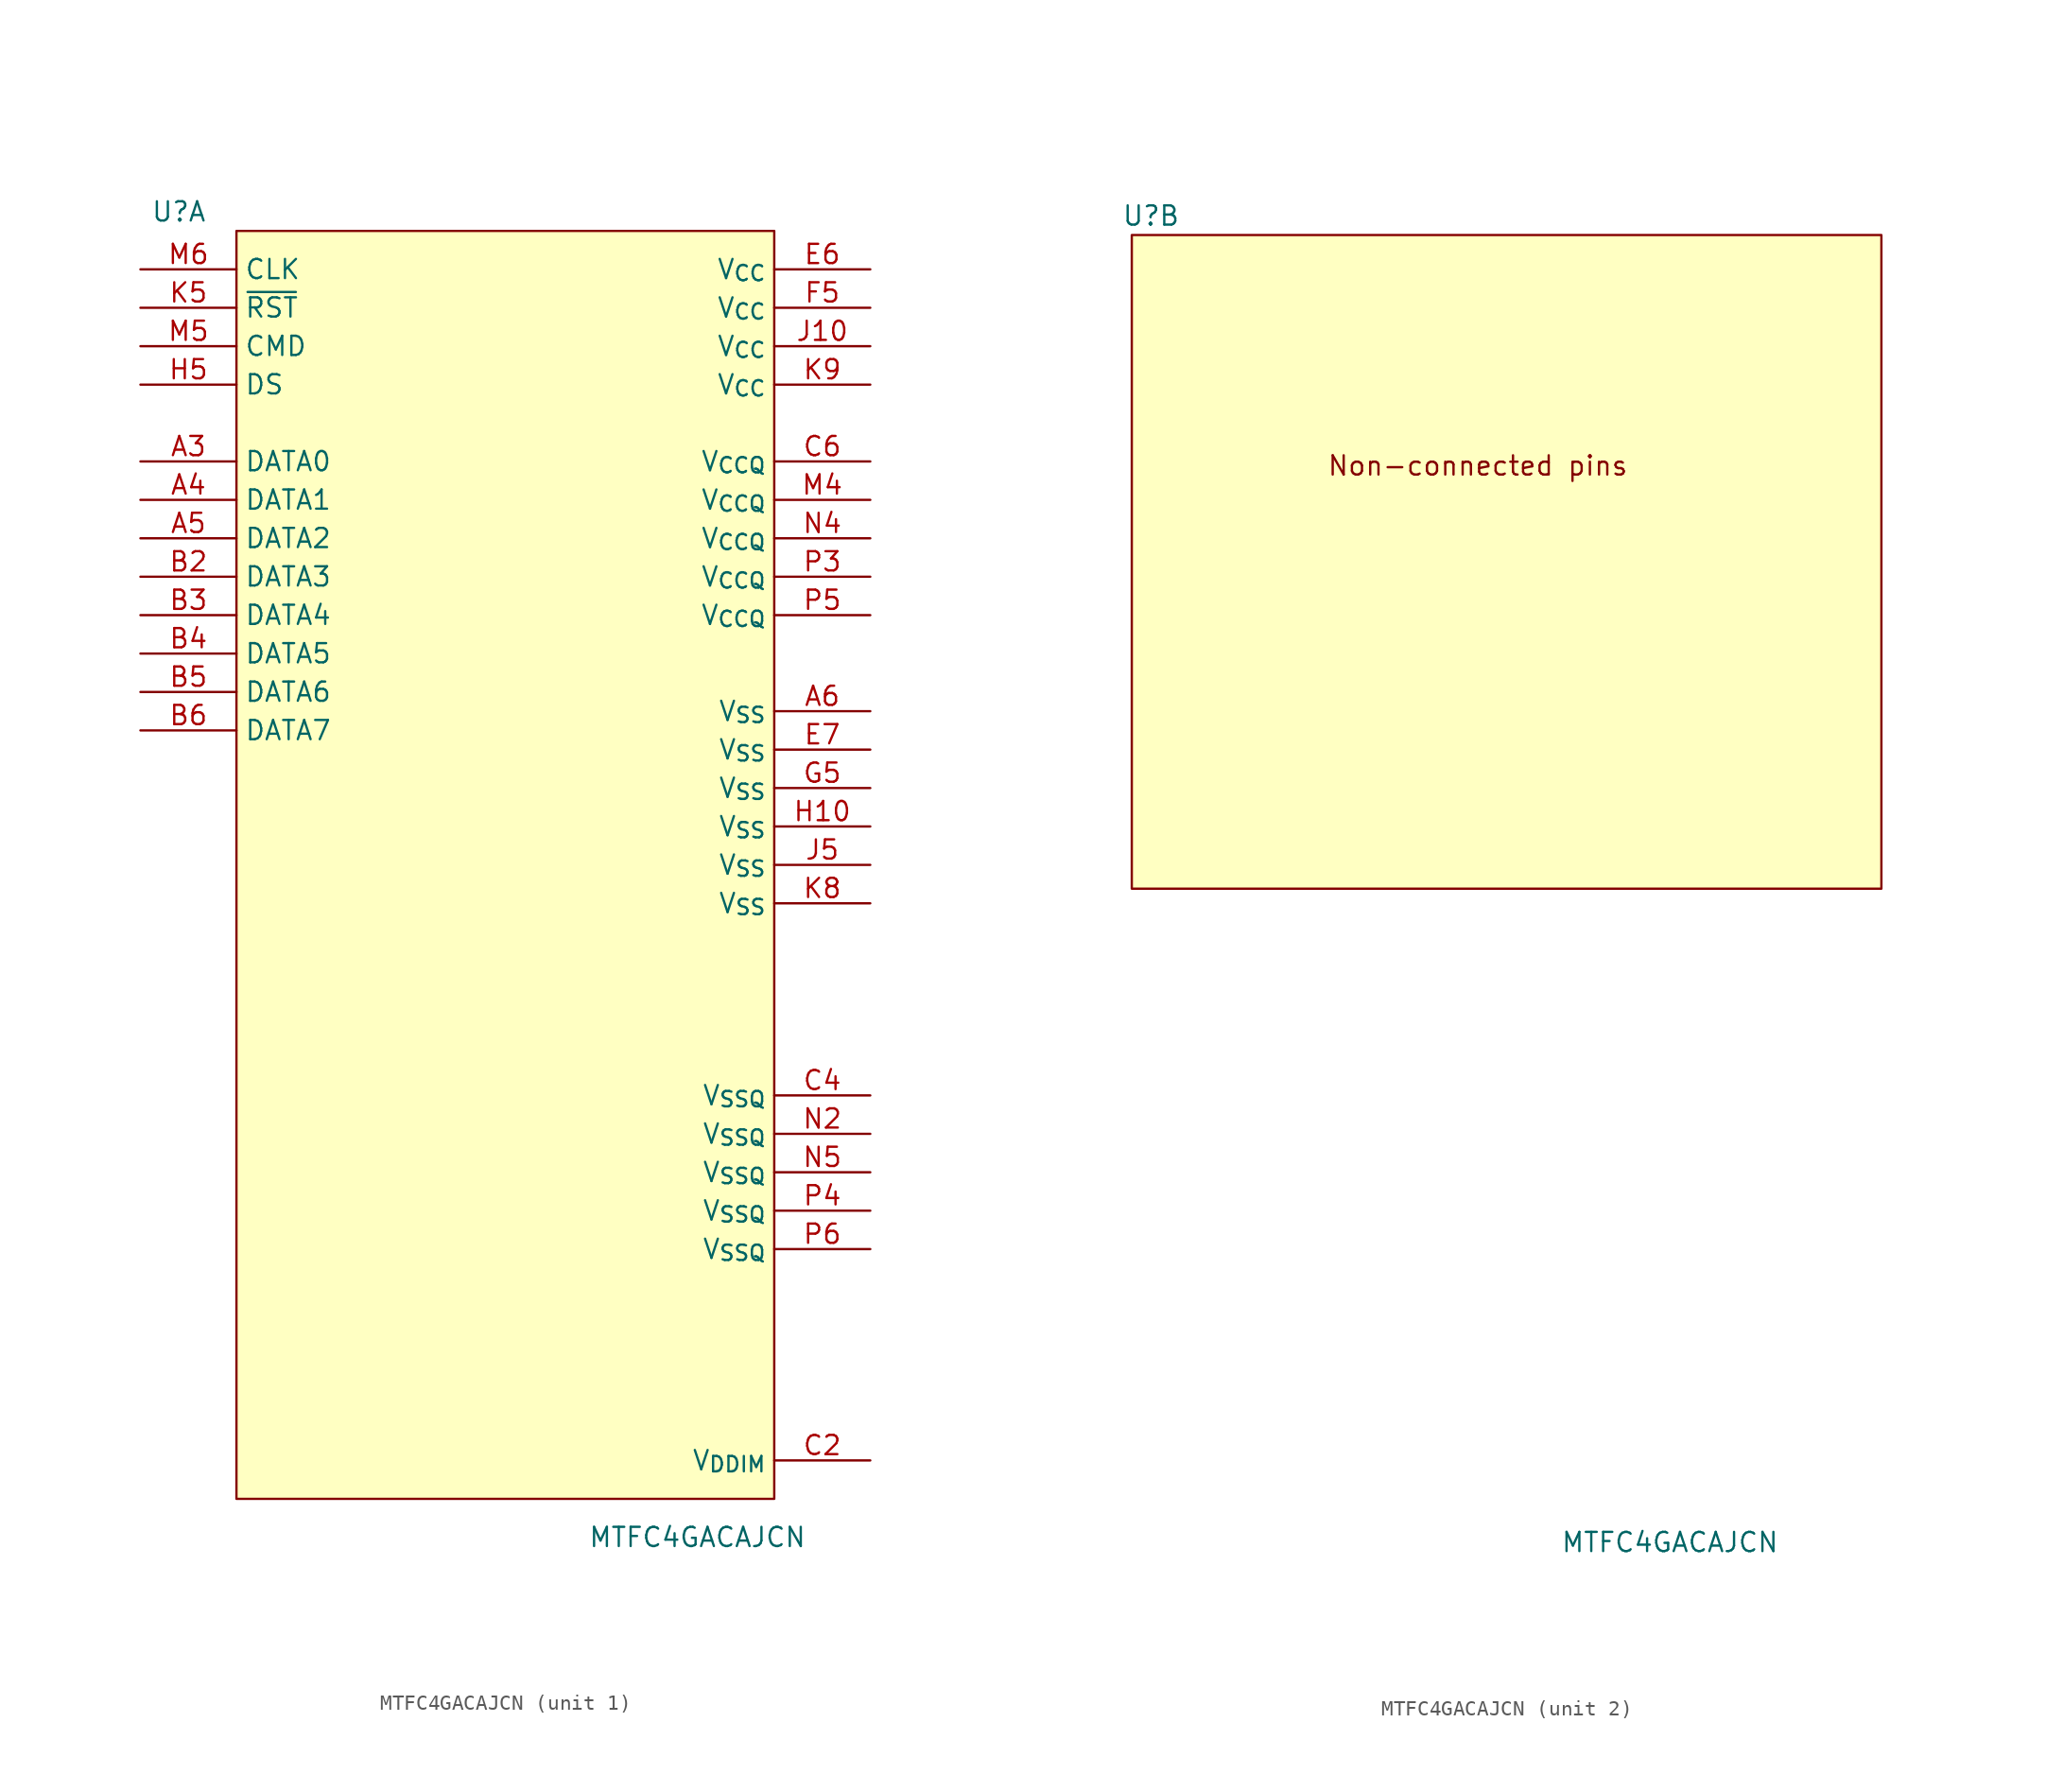
<source format=kicad_sym>
(kicad_symbol_lib
  (version 20220914)
  (generator kicad_symbol_editor)
  (symbol "MTFC4GACAJCN"
    (property "Reference" "U"
      (at -21.59 20.32 0)
      (effects (font (size 1.27 1.27))))
    (property "Value" "MTFC4GACAJCN"
      (at 12.7 -67.31 0)
      (effects (font (size 1.27 1.27))))
    (property "ki_locked" ""
      (at 0 0 0)
      (effects (font (size 1.27 1.27))))
    (symbol "MTFC4GACAJCN_1_1"
      (rectangle (start -17.78 19.05) (end 17.78 -64.77) (stroke (width 0) (type default)) (fill (type background)))
      (pin bidirectional line (at -24.13 3.81 0) (length 6.35) (name "DATA0" (effects (font (size 1.27 1.27)))) (number "A3" (effects (font (size 1.27 1.27)))))
      (pin bidirectional line (at -24.13 1.27 0) (length 6.35) (name "DATA1" (effects (font (size 1.27 1.27)))) (number "A4" (effects (font (size 1.27 1.27)))))
      (pin bidirectional line (at -24.13 -1.27 0) (length 6.35) (name "DATA2" (effects (font (size 1.27 1.27)))) (number "A5" (effects (font (size 1.27 1.27)))))
      (pin power_in line (at 24.13 -12.7 180) (length 6.35) (name "V_{SS}" (effects (font (size 1.27 1.27)))) (number "A6" (effects (font (size 1.27 1.27)))))
      (pin bidirectional line (at -24.13 -3.81 0) (length 6.35) (name "DATA3" (effects (font (size 1.27 1.27)))) (number "B2" (effects (font (size 1.27 1.27)))))
      (pin bidirectional line (at -24.13 -6.35 0) (length 6.35) (name "DATA4" (effects (font (size 1.27 1.27)))) (number "B3" (effects (font (size 1.27 1.27)))))
      (pin bidirectional line (at -24.13 -8.89 0) (length 6.35) (name "DATA5" (effects (font (size 1.27 1.27)))) (number "B4" (effects (font (size 1.27 1.27)))))
      (pin bidirectional line (at -24.13 -11.43 0) (length 6.35) (name "DATA6" (effects (font (size 1.27 1.27)))) (number "B5" (effects (font (size 1.27 1.27)))))
      (pin bidirectional line (at -24.13 -13.97 0) (length 6.35) (name "DATA7" (effects (font (size 1.27 1.27)))) (number "B6" (effects (font (size 1.27 1.27)))))
      (pin passive line (at 24.13 -62.23 180) (length 6.35) (name "V_{DDIM}" (effects (font (size 1.27 1.27)))) (number "C2" (effects (font (size 1.27 1.27)))))
      (pin power_in line (at 24.13 -38.1 180) (length 6.35) (name "V_{SSQ}" (effects (font (size 1.27 1.27)))) (number "C4" (effects (font (size 1.27 1.27)))))
      (pin power_in line (at 24.13 3.81 180) (length 6.35) (name "V_{CCQ}" (effects (font (size 1.27 1.27)))) (number "C6" (effects (font (size 1.27 1.27)))))
      (pin power_in line (at 24.13 16.51 180) (length 6.35) (name "V_{CC}" (effects (font (size 1.27 1.27)))) (number "E6" (effects (font (size 1.27 1.27)))))
      (pin power_in line (at 24.13 -15.24 180) (length 6.35) (name "V_{SS}" (effects (font (size 1.27 1.27)))) (number "E7" (effects (font (size 1.27 1.27)))))
      (pin power_in line (at 24.13 13.97 180) (length 6.35) (name "V_{CC}" (effects (font (size 1.27 1.27)))) (number "F5" (effects (font (size 1.27 1.27)))))
      (pin power_in line (at 24.13 -17.78 180) (length 6.35) (name "V_{SS}" (effects (font (size 1.27 1.27)))) (number "G5" (effects (font (size 1.27 1.27)))))
      (pin power_in line (at 24.13 -20.32 180) (length 6.35) (name "V_{SS}" (effects (font (size 1.27 1.27)))) (number "H10" (effects (font (size 1.27 1.27)))))
      (pin output line (at -24.13 8.89 0) (length 6.35) (name "DS" (effects (font (size 1.27 1.27)))) (number "H5" (effects (font (size 1.27 1.27)))))
      (pin power_in line (at 24.13 11.43 180) (length 6.35) (name "V_{CC}" (effects (font (size 1.27 1.27)))) (number "J10" (effects (font (size 1.27 1.27)))))
      (pin power_in line (at 24.13 -22.86 180) (length 6.35) (name "V_{SS}" (effects (font (size 1.27 1.27)))) (number "J5" (effects (font (size 1.27 1.27)))))
      (pin input line (at -24.13 13.97 0) (length 6.35) (name "~{RST}" (effects (font (size 1.27 1.27)))) (number "K5" (effects (font (size 1.27 1.27)))))
      (pin power_in line (at 24.13 -25.4 180) (length 6.35) (name "V_{SS}" (effects (font (size 1.27 1.27)))) (number "K8" (effects (font (size 1.27 1.27)))))
      (pin power_in line (at 24.13 8.89 180) (length 6.35) (name "V_{CC}" (effects (font (size 1.27 1.27)))) (number "K9" (effects (font (size 1.27 1.27)))))
      (pin power_in line (at 24.13 1.27 180) (length 6.35) (name "V_{CCQ}" (effects (font (size 1.27 1.27)))) (number "M4" (effects (font (size 1.27 1.27)))))
      (pin bidirectional line (at -24.13 11.43 0) (length 6.35) (name "CMD" (effects (font (size 1.27 1.27)))) (number "M5" (effects (font (size 1.27 1.27)))))
      (pin input line (at -24.13 16.51 0) (length 6.35) (name "CLK" (effects (font (size 1.27 1.27)))) (number "M6" (effects (font (size 1.27 1.27)))))
      (pin power_in line (at 24.13 -40.64 180) (length 6.35) (name "V_{SSQ}" (effects (font (size 1.27 1.27)))) (number "N2" (effects (font (size 1.27 1.27)))))
      (pin power_in line (at 24.13 -1.27 180) (length 6.35) (name "V_{CCQ}" (effects (font (size 1.27 1.27)))) (number "N4" (effects (font (size 1.27 1.27)))))
      (pin power_in line (at 24.13 -43.18 180) (length 6.35) (name "V_{SSQ}" (effects (font (size 1.27 1.27)))) (number "N5" (effects (font (size 1.27 1.27)))))
      (pin power_in line (at 24.13 -3.81 180) (length 6.35) (name "V_{CCQ}" (effects (font (size 1.27 1.27)))) (number "P3" (effects (font (size 1.27 1.27)))))
      (pin power_in line (at 24.13 -45.72 180) (length 6.35) (name "V_{SSQ}" (effects (font (size 1.27 1.27)))) (number "P4" (effects (font (size 1.27 1.27)))))
      (pin power_in line (at 24.13 -6.35 180) (length 6.35) (name "V_{CCQ}" (effects (font (size 1.27 1.27)))) (number "P5" (effects (font (size 1.27 1.27)))))
      (pin power_in line (at 24.13 -48.26 180) (length 6.35) (name "V_{SSQ}" (effects (font (size 1.27 1.27)))) (number "P6" (effects (font (size 1.27 1.27))))))
    (symbol "MTFC4GACAJCN_2_1"
      (rectangle (start -22.86 19.05) (end 26.67 -24.13) (stroke (width 0) (type default)) (fill (type background)))
      (text "Non-connected pins" (at 0 3.81 0) (effects (font (size 1.27 1.27))))
      (pin no_connect line (at -25.4 17.78 0) (length 2.54) hide (name "NC" (effects (font (size 0.762 0.762)))) (number "A1" (effects (font (size 0.762 0.762)))))
      (pin no_connect line (at -25.4 11.43 0) (length 2.54) hide (name "NC" (effects (font (size 0.762 0.762)))) (number "A10" (effects (font (size 0.762 0.762)))))
      (pin no_connect line (at -25.4 10.16 0) (length 2.54) hide (name "NC" (effects (font (size 0.762 0.762)))) (number "A11" (effects (font (size 0.762 0.762)))))
      (pin no_connect line (at -25.4 8.89 0) (length 2.54) hide (name "NC" (effects (font (size 0.762 0.762)))) (number "A12" (effects (font (size 0.762 0.762)))))
      (pin no_connect line (at -25.4 7.62 0) (length 2.54) hide (name "NC" (effects (font (size 0.762 0.762)))) (number "A13" (effects (font (size 0.762 0.762)))))
      (pin no_connect line (at -25.4 6.35 0) (length 2.54) hide (name "NC" (effects (font (size 0.762 0.762)))) (number "A14" (effects (font (size 0.762 0.762)))))
      (pin no_connect line (at -25.4 16.51 0) (length 2.54) hide (name "NC" (effects (font (size 0.762 0.762)))) (number "A2" (effects (font (size 0.762 0.762)))))
      (pin no_connect line (at -25.4 15.24 0) (length 2.54) hide (name "RFU" (effects (font (size 0.762 0.762)))) (number "A7" (effects (font (size 0.762 0.762)))))
      (pin no_connect line (at -25.4 13.97 0) (length 2.54) hide (name "NC" (effects (font (size 0.762 0.762)))) (number "A8" (effects (font (size 0.762 0.762)))))
      (pin no_connect line (at -25.4 12.7 0) (length 2.54) hide (name "NC" (effects (font (size 0.762 0.762)))) (number "A9" (effects (font (size 0.762 0.762)))))
      (pin no_connect line (at -25.4 3.81 0) (length 2.54) hide (name "NC" (effects (font (size 0.762 0.762)))) (number "B1" (effects (font (size 0.762 0.762)))))
      (pin no_connect line (at -25.4 -1.27 0) (length 2.54) hide (name "NC" (effects (font (size 0.762 0.762)))) (number "B10" (effects (font (size 0.762 0.762)))))
      (pin no_connect line (at -25.4 -2.54 0) (length 2.54) hide (name "NC" (effects (font (size 0.762 0.762)))) (number "B11" (effects (font (size 0.762 0.762)))))
      (pin no_connect line (at -25.4 -3.81 0) (length 2.54) hide (name "NC" (effects (font (size 0.762 0.762)))) (number "B12" (effects (font (size 0.762 0.762)))))
      (pin no_connect line (at -25.4 -5.08 0) (length 2.54) hide (name "NC" (effects (font (size 0.762 0.762)))) (number "B13" (effects (font (size 0.762 0.762)))))
      (pin no_connect line (at -25.4 -6.35 0) (length 2.54) hide (name "NC" (effects (font (size 0.762 0.762)))) (number "B14" (effects (font (size 0.762 0.762)))))
      (pin no_connect line (at -25.4 2.54 0) (length 2.54) hide (name "NC" (effects (font (size 0.762 0.762)))) (number "B7" (effects (font (size 0.762 0.762)))))
      (pin no_connect line (at -25.4 1.27 0) (length 2.54) hide (name "NC" (effects (font (size 0.762 0.762)))) (number "B8" (effects (font (size 0.762 0.762)))))
      (pin no_connect line (at -25.4 0 0) (length 2.54) hide (name "NC" (effects (font (size 0.762 0.762)))) (number "B9" (effects (font (size 0.762 0.762)))))
      (pin no_connect line (at -25.4 -8.89 0) (length 2.54) hide (name "NC" (effects (font (size 0.762 0.762)))) (number "C1" (effects (font (size 0.762 0.762)))))
      (pin no_connect line (at -25.4 -16.51 0) (length 2.54) hide (name "NC" (effects (font (size 0.762 0.762)))) (number "C10" (effects (font (size 0.762 0.762)))))
      (pin no_connect line (at -25.4 -17.78 0) (length 2.54) hide (name "NC" (effects (font (size 0.762 0.762)))) (number "C11" (effects (font (size 0.762 0.762)))))
      (pin no_connect line (at -25.4 -19.05 0) (length 2.54) hide (name "NC" (effects (font (size 0.762 0.762)))) (number "C12" (effects (font (size 0.762 0.762)))))
      (pin no_connect line (at -25.4 -20.32 0) (length 2.54) hide (name "NC" (effects (font (size 0.762 0.762)))) (number "C13" (effects (font (size 0.762 0.762)))))
      (pin no_connect line (at -25.4 -21.59 0) (length 2.54) hide (name "NC" (effects (font (size 0.762 0.762)))) (number "C14" (effects (font (size 0.762 0.762)))))
      (pin no_connect line (at -25.4 -10.16 0) (length 2.54) hide (name "NC" (effects (font (size 0.762 0.762)))) (number "C3" (effects (font (size 0.762 0.762)))))
      (pin no_connect line (at -25.4 -11.43 0) (length 2.54) hide (name "NC" (effects (font (size 0.762 0.762)))) (number "C5" (effects (font (size 0.762 0.762)))))
      (pin no_connect line (at -25.4 -12.7 0) (length 2.54) hide (name "NC" (effects (font (size 0.762 0.762)))) (number "C7" (effects (font (size 0.762 0.762)))))
      (pin no_connect line (at -25.4 -13.97 0) (length 2.54) hide (name "NC" (effects (font (size 0.762 0.762)))) (number "C8" (effects (font (size 0.762 0.762)))))
      (pin no_connect line (at -25.4 -15.24 0) (length 2.54) hide (name "NC" (effects (font (size 0.762 0.762)))) (number "C9" (effects (font (size 0.762 0.762)))))
      (pin no_connect line (at -20.32 -26.67 90) (length 2.54) hide (name "NC" (effects (font (size 0.762 0.762)))) (number "D1" (effects (font (size 0.762 0.762)))))
      (pin no_connect line (at -15.24 -26.67 90) (length 2.54) hide (name "NC" (effects (font (size 0.762 0.762)))) (number "D12" (effects (font (size 0.762 0.762)))))
      (pin no_connect line (at -13.97 -26.67 90) (length 2.54) hide (name "NC" (effects (font (size 0.762 0.762)))) (number "D13" (effects (font (size 0.762 0.762)))))
      (pin no_connect line (at -12.7 -26.67 90) (length 2.54) hide (name "NC" (effects (font (size 0.762 0.762)))) (number "D14" (effects (font (size 0.762 0.762)))))
      (pin no_connect line (at -19.05 -26.67 90) (length 2.54) hide (name "NC" (effects (font (size 0.762 0.762)))) (number "D2" (effects (font (size 0.762 0.762)))))
      (pin no_connect line (at -17.78 -26.67 90) (length 2.54) hide (name "NC" (effects (font (size 0.762 0.762)))) (number "D3" (effects (font (size 0.762 0.762)))))
      (pin no_connect line (at -16.51 -26.67 90) (length 2.54) hide (name "NC" (effects (font (size 0.762 0.762)))) (number "D4" (effects (font (size 0.762 0.762)))))
      (pin no_connect line (at -10.16 -26.67 90) (length 2.54) hide (name "NC" (effects (font (size 0.762 0.762)))) (number "E1" (effects (font (size 0.762 0.762)))))
      (pin no_connect line (at -2.54 -26.67 90) (length 2.54) hide (name "RFU" (effects (font (size 0.762 0.762)))) (number "E10" (effects (font (size 0.762 0.762)))))
      (pin no_connect line (at -1.27 -26.67 90) (length 2.54) hide (name "NC" (effects (font (size 0.762 0.762)))) (number "E12" (effects (font (size 0.762 0.762)))))
      (pin no_connect line (at 0 -26.67 90) (length 2.54) hide (name "NC" (effects (font (size 0.762 0.762)))) (number "E13" (effects (font (size 0.762 0.762)))))
      (pin no_connect line (at 1.27 -26.67 90) (length 2.54) hide (name "NC" (effects (font (size 0.762 0.762)))) (number "E14" (effects (font (size 0.762 0.762)))))
      (pin no_connect line (at -8.89 -26.67 90) (length 2.54) hide (name "NC" (effects (font (size 0.762 0.762)))) (number "E2" (effects (font (size 0.762 0.762)))))
      (pin no_connect line (at -7.62 -26.67 90) (length 2.54) hide (name "NC" (effects (font (size 0.762 0.762)))) (number "E3" (effects (font (size 0.762 0.762)))))
      (pin no_connect line (at -6.35 -26.67 90) (length 2.54) hide (name "RFU" (effects (font (size 0.762 0.762)))) (number "E5" (effects (font (size 0.762 0.762)))))
      (pin no_connect line (at -5.08 -26.67 90) (length 2.54) hide (name "RFU" (effects (font (size 0.762 0.762)))) (number "E8" (effects (font (size 0.762 0.762)))))
      (pin no_connect line (at -3.81 -26.67 90) (length 2.54) hide (name "RFU" (effects (font (size 0.762 0.762)))) (number "E9" (effects (font (size 0.762 0.762)))))
      (pin no_connect line (at 3.81 -26.67 90) (length 2.54) hide (name "NC" (effects (font (size 0.762 0.762)))) (number "F1" (effects (font (size 0.762 0.762)))))
      (pin no_connect line (at 7.62 -26.67 90) (length 2.54) hide (name "RFU" (effects (font (size 0.762 0.762)))) (number "F10" (effects (font (size 0.762 0.762)))))
      (pin no_connect line (at 8.89 -26.67 90) (length 2.54) hide (name "NC" (effects (font (size 0.762 0.762)))) (number "F12" (effects (font (size 0.762 0.762)))))
      (pin no_connect line (at 10.16 -26.67 90) (length 2.54) hide (name "NC" (effects (font (size 0.762 0.762)))) (number "F13" (effects (font (size 0.762 0.762)))))
      (pin no_connect line (at 11.43 -26.67 90) (length 2.54) hide (name "NC" (effects (font (size 0.762 0.762)))) (number "F14" (effects (font (size 0.762 0.762)))))
      (pin no_connect line (at 5.08 -26.67 90) (length 2.54) hide (name "NC" (effects (font (size 0.762 0.762)))) (number "F2" (effects (font (size 0.762 0.762)))))
      (pin no_connect line (at 6.35 -26.67 90) (length 2.54) hide (name "NC" (effects (font (size 0.762 0.762)))) (number "F3" (effects (font (size 0.762 0.762)))))
      (pin no_connect line (at 13.97 -26.67 90) (length 2.54) hide (name "NC" (effects (font (size 0.762 0.762)))) (number "G1" (effects (font (size 0.762 0.762)))))
      (pin no_connect line (at 17.78 -26.67 90) (length 2.54) hide (name "RFU" (effects (font (size 0.762 0.762)))) (number "G10" (effects (font (size 0.762 0.762)))))
      (pin no_connect line (at 19.05 -26.67 90) (length 2.54) hide (name "NC" (effects (font (size 0.762 0.762)))) (number "G12" (effects (font (size 0.762 0.762)))))
      (pin no_connect line (at 20.32 -26.67 90) (length 2.54) hide (name "NC" (effects (font (size 0.762 0.762)))) (number "G13" (effects (font (size 0.762 0.762)))))
      (pin no_connect line (at 21.59 -26.67 90) (length 2.54) hide (name "NC" (effects (font (size 0.762 0.762)))) (number "G14" (effects (font (size 0.762 0.762)))))
      (pin no_connect line (at 15.24 -26.67 90) (length 2.54) hide (name "NC" (effects (font (size 0.762 0.762)))) (number "G2" (effects (font (size 0.762 0.762)))))
      (pin no_connect line (at 16.51 -26.67 90) (length 2.54) hide (name "NC" (effects (font (size 0.762 0.762)))) (number "G3" (effects (font (size 0.762 0.762)))))
      (pin no_connect line (at 29.21 -21.59 180) (length 2.54) hide (name "NC" (effects (font (size 0.762 0.762)))) (number "H1" (effects (font (size 0.762 0.762)))))
      (pin no_connect line (at 29.21 -17.78 180) (length 2.54) hide (name "NC" (effects (font (size 0.762 0.762)))) (number "H12" (effects (font (size 0.762 0.762)))))
      (pin no_connect line (at 29.21 -16.51 180) (length 2.54) hide (name "NC" (effects (font (size 0.762 0.762)))) (number "H13" (effects (font (size 0.762 0.762)))))
      (pin no_connect line (at 29.21 -15.24 180) (length 2.54) hide (name "NC" (effects (font (size 0.762 0.762)))) (number "H14" (effects (font (size 0.762 0.762)))))
      (pin no_connect line (at 29.21 -20.32 180) (length 2.54) hide (name "NC" (effects (font (size 0.762 0.762)))) (number "H2" (effects (font (size 0.762 0.762)))))
      (pin no_connect line (at 29.21 -19.05 180) (length 2.54) hide (name "NC" (effects (font (size 0.762 0.762)))) (number "H3" (effects (font (size 0.762 0.762)))))
      (pin no_connect line (at 29.21 -12.7 180) (length 2.54) hide (name "NC" (effects (font (size 0.762 0.762)))) (number "J1" (effects (font (size 0.762 0.762)))))
      (pin no_connect line (at 29.21 -8.89 180) (length 2.54) hide (name "NC" (effects (font (size 0.762 0.762)))) (number "J12" (effects (font (size 0.762 0.762)))))
      (pin no_connect line (at 29.21 -7.62 180) (length 2.54) hide (name "NC" (effects (font (size 0.762 0.762)))) (number "J13" (effects (font (size 0.762 0.762)))))
      (pin no_connect line (at 29.21 -6.35 180) (length 2.54) hide (name "NC" (effects (font (size 0.762 0.762)))) (number "J14" (effects (font (size 0.762 0.762)))))
      (pin no_connect line (at 29.21 -11.43 180) (length 2.54) hide (name "NC" (effects (font (size 0.762 0.762)))) (number "J2" (effects (font (size 0.762 0.762)))))
      (pin no_connect line (at 29.21 -10.16 180) (length 2.54) hide (name "NC" (effects (font (size 0.762 0.762)))) (number "J3" (effects (font (size 0.762 0.762)))))
      (pin no_connect line (at 29.21 -3.81 180) (length 2.54) hide (name "NC" (effects (font (size 0.762 0.762)))) (number "K1" (effects (font (size 0.762 0.762)))))
      (pin no_connect line (at 29.21 2.54 180) (length 2.54) hide (name "RFU" (effects (font (size 0.762 0.762)))) (number "K10" (effects (font (size 0.762 0.762)))))
      (pin no_connect line (at 29.21 3.81 180) (length 2.54) hide (name "NC" (effects (font (size 0.762 0.762)))) (number "K12" (effects (font (size 0.762 0.762)))))
      (pin no_connect line (at 29.21 5.08 180) (length 2.54) hide (name "NC" (effects (font (size 0.762 0.762)))) (number "K13" (effects (font (size 0.762 0.762)))))
      (pin no_connect line (at 29.21 6.35 180) (length 2.54) hide (name "NC" (effects (font (size 0.762 0.762)))) (number "K14" (effects (font (size 0.762 0.762)))))
      (pin no_connect line (at 29.21 -2.54 180) (length 2.54) hide (name "NC" (effects (font (size 0.762 0.762)))) (number "K2" (effects (font (size 0.762 0.762)))))
      (pin no_connect line (at 29.21 -1.27 180) (length 2.54) hide (name "NC" (effects (font (size 0.762 0.762)))) (number "K3" (effects (font (size 0.762 0.762)))))
      (pin no_connect line (at 29.21 0 180) (length 2.54) hide (name "RFU" (effects (font (size 0.762 0.762)))) (number "K6" (effects (font (size 0.762 0.762)))))
      (pin no_connect line (at 29.21 1.27 180) (length 2.54) hide (name "RFU" (effects (font (size 0.762 0.762)))) (number "K7" (effects (font (size 0.762 0.762)))))
      (pin no_connect line (at 29.21 8.89 180) (length 2.54) hide (name "NC" (effects (font (size 0.762 0.762)))) (number "L1" (effects (font (size 0.762 0.762)))))
      (pin no_connect line (at 29.21 12.7 180) (length 2.54) hide (name "NC" (effects (font (size 0.762 0.762)))) (number "L12" (effects (font (size 0.762 0.762)))))
      (pin no_connect line (at 29.21 13.97 180) (length 2.54) hide (name "NC" (effects (font (size 0.762 0.762)))) (number "L13" (effects (font (size 0.762 0.762)))))
      (pin no_connect line (at 29.21 15.24 180) (length 2.54) hide (name "NC" (effects (font (size 0.762 0.762)))) (number "L14" (effects (font (size 0.762 0.762)))))
      (pin no_connect line (at 29.21 10.16 180) (length 2.54) hide (name "NC" (effects (font (size 0.762 0.762)))) (number "L2" (effects (font (size 0.762 0.762)))))
      (pin no_connect line (at 29.21 11.43 180) (length 2.54) hide (name "NC" (effects (font (size 0.762 0.762)))) (number "L3" (effects (font (size 0.762 0.762)))))
      (pin no_connect line (at -19.05 21.59 270) (length 2.54) hide (name "NC" (effects (font (size 0.762 0.762)))) (number "M1" (effects (font (size 0.762 0.762)))))
      (pin no_connect line (at -11.43 21.59 270) (length 2.54) hide (name "NC" (effects (font (size 0.762 0.762)))) (number "M10" (effects (font (size 0.762 0.762)))))
      (pin no_connect line (at -10.16 21.59 270) (length 2.54) hide (name "NC" (effects (font (size 0.762 0.762)))) (number "M11" (effects (font (size 0.762 0.762)))))
      (pin no_connect line (at -8.89 21.59 270) (length 2.54) hide (name "NC" (effects (font (size 0.762 0.762)))) (number "M12" (effects (font (size 0.762 0.762)))))
      (pin no_connect line (at -7.62 21.59 270) (length 2.54) hide (name "NC" (effects (font (size 0.762 0.762)))) (number "M13" (effects (font (size 0.762 0.762)))))
      (pin no_connect line (at -6.35 21.59 270) (length 2.54) hide (name "NC" (effects (font (size 0.762 0.762)))) (number "M14" (effects (font (size 0.762 0.762)))))
      (pin no_connect line (at -17.78 21.59 270) (length 2.54) hide (name "NC" (effects (font (size 0.762 0.762)))) (number "M2" (effects (font (size 0.762 0.762)))))
      (pin no_connect line (at -16.51 21.59 270) (length 2.54) hide (name "NC" (effects (font (size 0.762 0.762)))) (number "M3" (effects (font (size 0.762 0.762)))))
      (pin no_connect line (at -15.24 21.59 270) (length 2.54) hide (name "NC" (effects (font (size 0.762 0.762)))) (number "M7" (effects (font (size 0.762 0.762)))))
      (pin no_connect line (at -13.97 21.59 270) (length 2.54) hide (name "NC" (effects (font (size 0.762 0.762)))) (number "M8" (effects (font (size 0.762 0.762)))))
      (pin no_connect line (at -12.7 21.59 270) (length 2.54) hide (name "NC" (effects (font (size 0.762 0.762)))) (number "M9" (effects (font (size 0.762 0.762)))))
      (pin no_connect line (at -3.81 21.59 270) (length 2.54) hide (name "NC" (effects (font (size 0.762 0.762)))) (number "N1" (effects (font (size 0.762 0.762)))))
      (pin no_connect line (at 3.81 21.59 270) (length 2.54) hide (name "NC" (effects (font (size 0.762 0.762)))) (number "N10" (effects (font (size 0.762 0.762)))))
      (pin no_connect line (at 5.08 21.59 270) (length 2.54) hide (name "NC" (effects (font (size 0.762 0.762)))) (number "N11" (effects (font (size 0.762 0.762)))))
      (pin no_connect line (at 6.35 21.59 270) (length 2.54) hide (name "NC" (effects (font (size 0.762 0.762)))) (number "N12" (effects (font (size 0.762 0.762)))))
      (pin no_connect line (at 7.62 21.59 270) (length 2.54) hide (name "NC" (effects (font (size 0.762 0.762)))) (number "N13" (effects (font (size 0.762 0.762)))))
      (pin no_connect line (at 8.89 21.59 270) (length 2.54) hide (name "NC" (effects (font (size 0.762 0.762)))) (number "N14" (effects (font (size 0.762 0.762)))))
      (pin no_connect line (at -2.54 21.59 270) (length 2.54) hide (name "NC" (effects (font (size 0.762 0.762)))) (number "N3" (effects (font (size 0.762 0.762)))))
      (pin no_connect line (at -1.27 21.59 270) (length 2.54) hide (name "NC" (effects (font (size 0.762 0.762)))) (number "N6" (effects (font (size 0.762 0.762)))))
      (pin no_connect line (at 0 21.59 270) (length 2.54) hide (name "NC" (effects (font (size 0.762 0.762)))) (number "N7" (effects (font (size 0.762 0.762)))))
      (pin no_connect line (at 1.27 21.59 270) (length 2.54) hide (name "NC" (effects (font (size 0.762 0.762)))) (number "N8" (effects (font (size 0.762 0.762)))))
      (pin no_connect line (at 2.54 21.59 270) (length 2.54) hide (name "NC" (effects (font (size 0.762 0.762)))) (number "N9" (effects (font (size 0.762 0.762)))))
      (pin no_connect line (at 12.7 21.59 270) (length 2.54) hide (name "NC" (effects (font (size 0.762 0.762)))) (number "P1" (effects (font (size 0.762 0.762)))))
      (pin no_connect line (at 19.05 21.59 270) (length 2.54) hide (name "RFU" (effects (font (size 0.762 0.762)))) (number "P10" (effects (font (size 0.762 0.762)))))
      (pin no_connect line (at 20.32 21.59 270) (length 2.54) hide (name "NC" (effects (font (size 0.762 0.762)))) (number "P11" (effects (font (size 0.762 0.762)))))
      (pin no_connect line (at 21.59 21.59 270) (length 2.54) hide (name "NC" (effects (font (size 0.762 0.762)))) (number "P12" (effects (font (size 0.762 0.762)))))
      (pin no_connect line (at 22.86 21.59 270) (length 2.54) hide (name "NC" (effects (font (size 0.762 0.762)))) (number "P13" (effects (font (size 0.762 0.762)))))
      (pin no_connect line (at 24.13 21.59 270) (length 2.54) hide (name "NC" (effects (font (size 0.762 0.762)))) (number "P14" (effects (font (size 0.762 0.762)))))
      (pin no_connect line (at 13.97 21.59 270) (length 2.54) hide (name "NC" (effects (font (size 0.762 0.762)))) (number "P2" (effects (font (size 0.762 0.762)))))
      (pin no_connect line (at 15.24 21.59 270) (length 2.54) hide (name "NC" (effects (font (size 0.762 0.762)))) (number "P7" (effects (font (size 0.762 0.762)))))
      (pin no_connect line (at 16.51 21.59 270) (length 2.54) hide (name "NC" (effects (font (size 0.762 0.762)))) (number "P8" (effects (font (size 0.762 0.762)))))
      (pin no_connect line (at 17.78 21.59 270) (length 2.54) hide (name "NC" (effects (font (size 0.762 0.762)))) (number "P9" (effects (font (size 0.762 0.762))))))))
</source>
